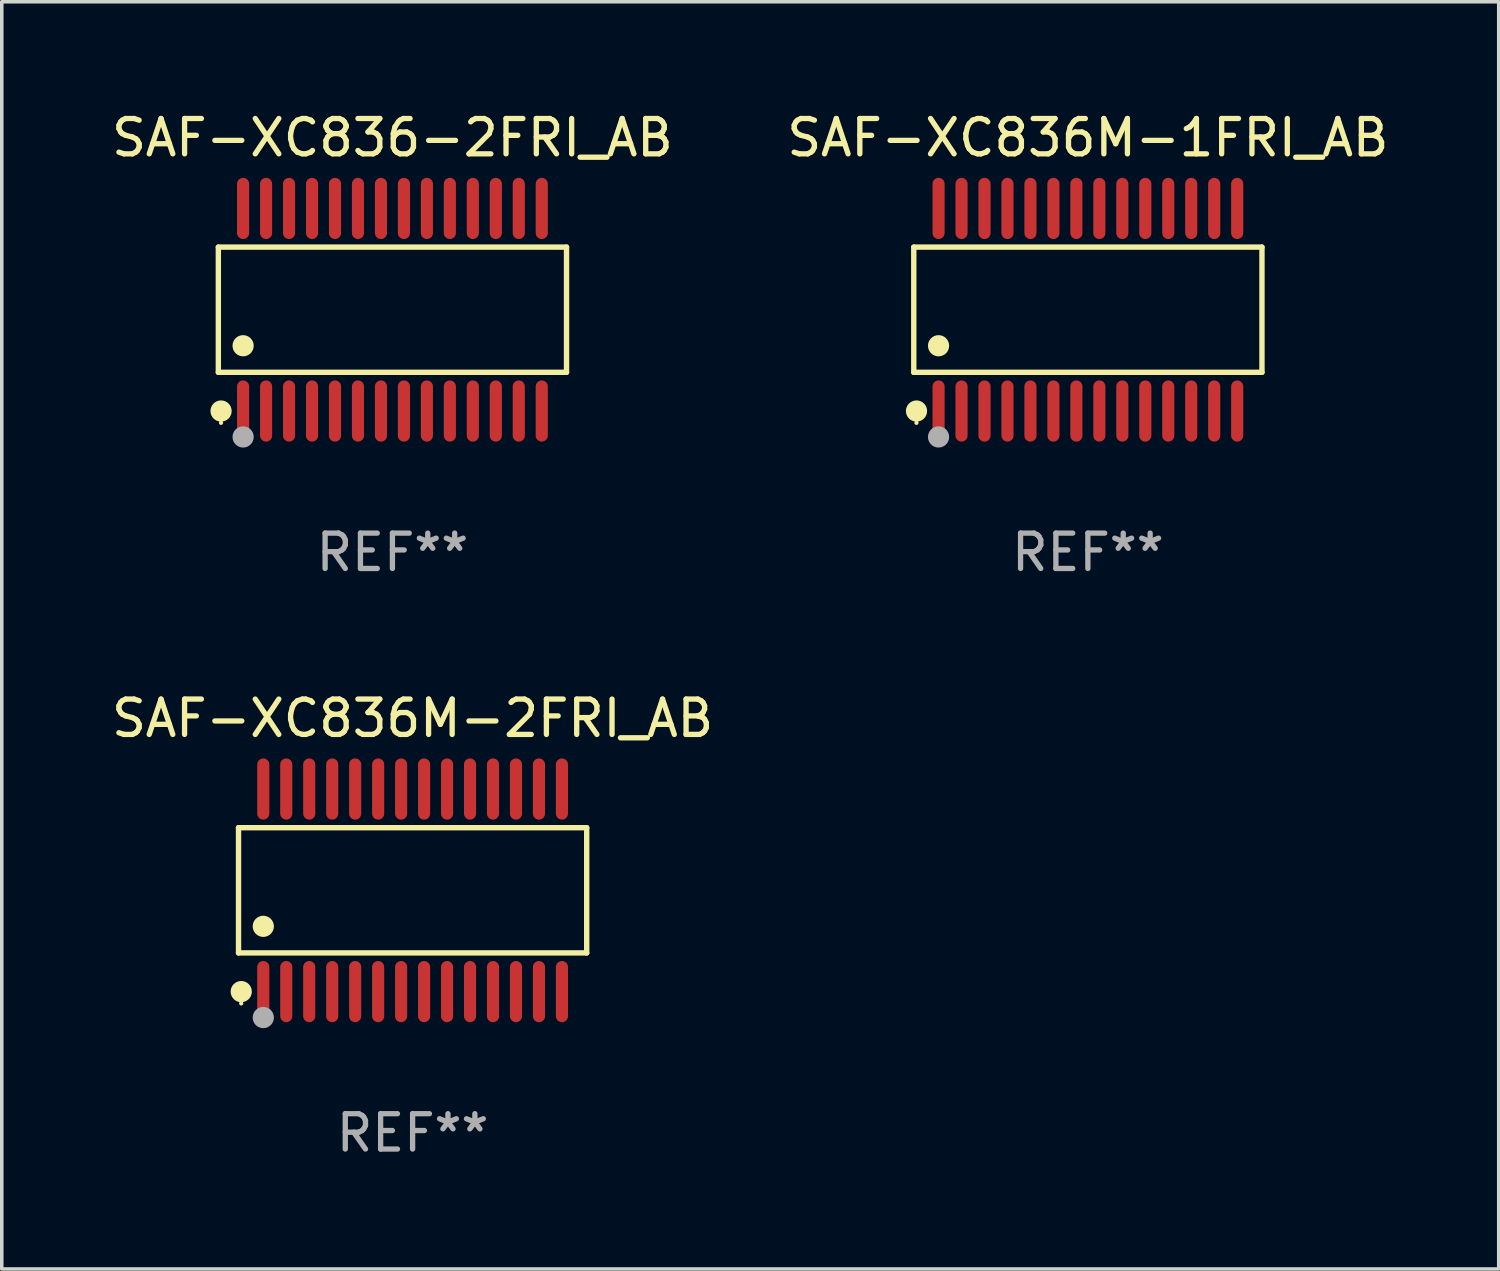
<source format=kicad_pcb>
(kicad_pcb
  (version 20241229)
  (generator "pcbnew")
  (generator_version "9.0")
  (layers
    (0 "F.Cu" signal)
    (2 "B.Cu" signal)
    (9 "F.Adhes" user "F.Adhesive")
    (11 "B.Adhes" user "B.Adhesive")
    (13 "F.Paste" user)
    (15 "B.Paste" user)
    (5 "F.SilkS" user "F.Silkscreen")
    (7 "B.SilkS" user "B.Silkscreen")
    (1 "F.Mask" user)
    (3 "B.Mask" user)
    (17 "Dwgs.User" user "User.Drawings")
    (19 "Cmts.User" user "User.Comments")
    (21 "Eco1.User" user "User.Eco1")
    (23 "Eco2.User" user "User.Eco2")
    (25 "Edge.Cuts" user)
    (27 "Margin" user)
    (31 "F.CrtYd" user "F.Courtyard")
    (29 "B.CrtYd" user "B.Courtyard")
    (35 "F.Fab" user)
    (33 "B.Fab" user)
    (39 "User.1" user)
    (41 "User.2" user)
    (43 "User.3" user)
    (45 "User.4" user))
  (footprint "SAF-XC836M-2FRI_AB"
    (layer "F.Cu")
    (at 8.625 22.142)
    (property "Reference" "SAF-XC836M-2FRI_AB" (at 0 -4.866 0) (layer "F.SilkS") (effects (font (size 1 1) (thickness 0.15))))
    (attr through_hole)
    (fp_line (start -4.926 -1.772) (end 4.926 -1.772) (stroke (width 0.152) (type solid)) (layer "F.SilkS"))
    (fp_line (start -4.926 1.771) (end -4.926 -1.772) (stroke (width 0.152) (type solid)) (layer "F.SilkS"))
    (fp_line (start 4.926 -1.772) (end 4.926 1.771) (stroke (width 0.152) (type solid)) (layer "F.SilkS"))
    (fp_line (start 4.926 1.771) (end -4.926 1.771) (stroke (width 0.152) (type solid)) (layer "F.SilkS"))
    (fp_circle (center -4.85 3.2) (end -4.82 3.2) (stroke (width 0.06) (type solid)) (fill no) (layer "F.SilkS"))
    (fp_circle (center -4.849 2.866) (end -4.699 2.866) (stroke (width 0.3) (type solid)) (fill no) (layer "F.SilkS"))
    (fp_circle (center -4.225 1.019) (end -4.075 1.019) (stroke (width 0.3) (type solid)) (fill no) (layer "F.SilkS"))
    (fp_circle (center -4.225 3.6) (end -4.075 3.6) (stroke (width 0.3) (type solid)) (fill no) (layer "F.Fab"))
    (fp_text user "REF**" (at 0 6.866 0) (layer "F.Fab") (effects (font (size 1 1) (thickness 0.15))))
    (pad "1" smd oval (at -4.225 2.866) (size 0.343 1.731) (layers "F.Cu" "F.Mask" "F.Paste"))
    (pad "2" smd oval (at -3.575 2.866) (size 0.343 1.731) (layers "F.Cu" "F.Mask" "F.Paste"))
    (pad "3" smd oval (at -2.925 2.866) (size 0.343 1.731) (layers "F.Cu" "F.Mask" "F.Paste"))
    (pad "4" smd oval (at -2.275 2.866) (size 0.343 1.731) (layers "F.Cu" "F.Mask" "F.Paste"))
    (pad "5" smd oval (at -1.625 2.866) (size 0.343 1.731) (layers "F.Cu" "F.Mask" "F.Paste"))
    (pad "6" smd oval (at -0.975 2.866) (size 0.343 1.731) (layers "F.Cu" "F.Mask" "F.Paste"))
    (pad "7" smd oval (at -0.325 2.866) (size 0.343 1.731) (layers "F.Cu" "F.Mask" "F.Paste"))
    (pad "8" smd oval (at 0.325 2.866) (size 0.343 1.731) (layers "F.Cu" "F.Mask" "F.Paste"))
    (pad "9" smd oval (at 0.975 2.866) (size 0.343 1.731) (layers "F.Cu" "F.Mask" "F.Paste"))
    (pad "10" smd oval (at 1.625 2.866) (size 0.343 1.731) (layers "F.Cu" "F.Mask" "F.Paste"))
    (pad "11" smd oval (at 2.275 2.866) (size 0.343 1.731) (layers "F.Cu" "F.Mask" "F.Paste"))
    (pad "12" smd oval (at 2.925 2.866) (size 0.343 1.731) (layers "F.Cu" "F.Mask" "F.Paste"))
    (pad "13" smd oval (at 3.575 2.866) (size 0.343 1.731) (layers "F.Cu" "F.Mask" "F.Paste"))
    (pad "14" smd oval (at 4.225 2.866) (size 0.343 1.731) (layers "F.Cu" "F.Mask" "F.Paste"))
    (pad "15" smd oval (at 4.225 -2.866) (size 0.343 1.731) (layers "F.Cu" "F.Mask" "F.Paste"))
    (pad "16" smd oval (at 3.575 -2.866) (size 0.343 1.731) (layers "F.Cu" "F.Mask" "F.Paste"))
    (pad "17" smd oval (at 2.925 -2.866) (size 0.343 1.731) (layers "F.Cu" "F.Mask" "F.Paste"))
    (pad "18" smd oval (at 2.275 -2.866) (size 0.343 1.731) (layers "F.Cu" "F.Mask" "F.Paste"))
    (pad "19" smd oval (at 1.625 -2.866) (size 0.343 1.731) (layers "F.Cu" "F.Mask" "F.Paste"))
    (pad "20" smd oval (at 0.975 -2.866) (size 0.343 1.731) (layers "F.Cu" "F.Mask" "F.Paste"))
    (pad "21" smd oval (at 0.325 -2.866) (size 0.343 1.731) (layers "F.Cu" "F.Mask" "F.Paste"))
    (pad "22" smd oval (at -0.325 -2.866) (size 0.343 1.731) (layers "F.Cu" "F.Mask" "F.Paste"))
    (pad "23" smd oval (at -0.975 -2.866) (size 0.343 1.731) (layers "F.Cu" "F.Mask" "F.Paste"))
    (pad "24" smd oval (at -1.625 -2.866) (size 0.343 1.731) (layers "F.Cu" "F.Mask" "F.Paste"))
    (pad "25" smd oval (at -2.275 -2.866) (size 0.343 1.731) (layers "F.Cu" "F.Mask" "F.Paste"))
    (pad "26" smd oval (at -2.925 -2.866) (size 0.343 1.731) (layers "F.Cu" "F.Mask" "F.Paste"))
    (pad "27" smd oval (at -3.575 -2.866) (size 0.343 1.731) (layers "F.Cu" "F.Mask" "F.Paste"))
    (pad "28" smd oval (at -4.225 -2.866) (size 0.343 1.731) (layers "F.Cu" "F.Mask" "F.Paste")))
  (footprint "SAF-XC836-2FRI_AB"
    (layer "F.Cu")
    (at 8.054 5.714)
    (property "Reference" "SAF-XC836-2FRI_AB" (at 0 -4.866 0) (layer "F.SilkS") (effects (font (size 1 1) (thickness 0.15))))
    (attr through_hole)
    (fp_line (start -4.926 -1.772) (end 4.926 -1.772) (stroke (width 0.152) (type solid)) (layer "F.SilkS"))
    (fp_line (start -4.926 1.771) (end -4.926 -1.772) (stroke (width 0.152) (type solid)) (layer "F.SilkS"))
    (fp_line (start 4.926 -1.772) (end 4.926 1.771) (stroke (width 0.152) (type solid)) (layer "F.SilkS"))
    (fp_line (start 4.926 1.771) (end -4.926 1.771) (stroke (width 0.152) (type solid)) (layer "F.SilkS"))
    (fp_circle (center -4.85 3.2) (end -4.82 3.2) (stroke (width 0.06) (type solid)) (fill no) (layer "F.SilkS"))
    (fp_circle (center -4.849 2.866) (end -4.699 2.866) (stroke (width 0.3) (type solid)) (fill no) (layer "F.SilkS"))
    (fp_circle (center -4.225 1.019) (end -4.075 1.019) (stroke (width 0.3) (type solid)) (fill no) (layer "F.SilkS"))
    (fp_circle (center -4.225 3.6) (end -4.075 3.6) (stroke (width 0.3) (type solid)) (fill no) (layer "F.Fab"))
    (fp_text user "REF**" (at 0 6.866 0) (layer "F.Fab") (effects (font (size 1 1) (thickness 0.15))))
    (pad "1" smd oval (at -4.225 2.866) (size 0.343 1.731) (layers "F.Cu" "F.Mask" "F.Paste"))
    (pad "2" smd oval (at -3.575 2.866) (size 0.343 1.731) (layers "F.Cu" "F.Mask" "F.Paste"))
    (pad "3" smd oval (at -2.925 2.866) (size 0.343 1.731) (layers "F.Cu" "F.Mask" "F.Paste"))
    (pad "4" smd oval (at -2.275 2.866) (size 0.343 1.731) (layers "F.Cu" "F.Mask" "F.Paste"))
    (pad "5" smd oval (at -1.625 2.866) (size 0.343 1.731) (layers "F.Cu" "F.Mask" "F.Paste"))
    (pad "6" smd oval (at -0.975 2.866) (size 0.343 1.731) (layers "F.Cu" "F.Mask" "F.Paste"))
    (pad "7" smd oval (at -0.325 2.866) (size 0.343 1.731) (layers "F.Cu" "F.Mask" "F.Paste"))
    (pad "8" smd oval (at 0.325 2.866) (size 0.343 1.731) (layers "F.Cu" "F.Mask" "F.Paste"))
    (pad "9" smd oval (at 0.975 2.866) (size 0.343 1.731) (layers "F.Cu" "F.Mask" "F.Paste"))
    (pad "10" smd oval (at 1.625 2.866) (size 0.343 1.731) (layers "F.Cu" "F.Mask" "F.Paste"))
    (pad "11" smd oval (at 2.275 2.866) (size 0.343 1.731) (layers "F.Cu" "F.Mask" "F.Paste"))
    (pad "12" smd oval (at 2.925 2.866) (size 0.343 1.731) (layers "F.Cu" "F.Mask" "F.Paste"))
    (pad "13" smd oval (at 3.575 2.866) (size 0.343 1.731) (layers "F.Cu" "F.Mask" "F.Paste"))
    (pad "14" smd oval (at 4.225 2.866) (size 0.343 1.731) (layers "F.Cu" "F.Mask" "F.Paste"))
    (pad "15" smd oval (at 4.225 -2.866) (size 0.343 1.731) (layers "F.Cu" "F.Mask" "F.Paste"))
    (pad "16" smd oval (at 3.575 -2.866) (size 0.343 1.731) (layers "F.Cu" "F.Mask" "F.Paste"))
    (pad "17" smd oval (at 2.925 -2.866) (size 0.343 1.731) (layers "F.Cu" "F.Mask" "F.Paste"))
    (pad "18" smd oval (at 2.275 -2.866) (size 0.343 1.731) (layers "F.Cu" "F.Mask" "F.Paste"))
    (pad "19" smd oval (at 1.625 -2.866) (size 0.343 1.731) (layers "F.Cu" "F.Mask" "F.Paste"))
    (pad "20" smd oval (at 0.975 -2.866) (size 0.343 1.731) (layers "F.Cu" "F.Mask" "F.Paste"))
    (pad "21" smd oval (at 0.325 -2.866) (size 0.343 1.731) (layers "F.Cu" "F.Mask" "F.Paste"))
    (pad "22" smd oval (at -0.325 -2.866) (size 0.343 1.731) (layers "F.Cu" "F.Mask" "F.Paste"))
    (pad "23" smd oval (at -0.975 -2.866) (size 0.343 1.731) (layers "F.Cu" "F.Mask" "F.Paste"))
    (pad "24" smd oval (at -1.625 -2.866) (size 0.343 1.731) (layers "F.Cu" "F.Mask" "F.Paste"))
    (pad "25" smd oval (at -2.275 -2.866) (size 0.343 1.731) (layers "F.Cu" "F.Mask" "F.Paste"))
    (pad "26" smd oval (at -2.925 -2.866) (size 0.343 1.731) (layers "F.Cu" "F.Mask" "F.Paste"))
    (pad "27" smd oval (at -3.575 -2.866) (size 0.343 1.731) (layers "F.Cu" "F.Mask" "F.Paste"))
    (pad "28" smd oval (at -4.225 -2.866) (size 0.343 1.731) (layers "F.Cu" "F.Mask" "F.Paste")))
  (footprint "SAF-XC836M-1FRI_AB"
    (layer "F.Cu")
    (at 27.732 5.714)
    (property "Reference" "SAF-XC836M-1FRI_AB" (at 0 -4.866 0) (layer "F.SilkS") (effects (font (size 1 1) (thickness 0.15))))
    (attr through_hole)
    (fp_line (start -4.926 -1.772) (end 4.926 -1.772) (stroke (width 0.152) (type solid)) (layer "F.SilkS"))
    (fp_line (start -4.926 1.771) (end -4.926 -1.772) (stroke (width 0.152) (type solid)) (layer "F.SilkS"))
    (fp_line (start 4.926 -1.772) (end 4.926 1.771) (stroke (width 0.152) (type solid)) (layer "F.SilkS"))
    (fp_line (start 4.926 1.771) (end -4.926 1.771) (stroke (width 0.152) (type solid)) (layer "F.SilkS"))
    (fp_circle (center -4.85 3.2) (end -4.82 3.2) (stroke (width 0.06) (type solid)) (fill no) (layer "F.SilkS"))
    (fp_circle (center -4.849 2.866) (end -4.699 2.866) (stroke (width 0.3) (type solid)) (fill no) (layer "F.SilkS"))
    (fp_circle (center -4.225 1.019) (end -4.075 1.019) (stroke (width 0.3) (type solid)) (fill no) (layer "F.SilkS"))
    (fp_circle (center -4.225 3.6) (end -4.075 3.6) (stroke (width 0.3) (type solid)) (fill no) (layer "F.Fab"))
    (fp_text user "REF**" (at 0 6.866 0) (layer "F.Fab") (effects (font (size 1 1) (thickness 0.15))))
    (pad "1" smd oval (at -4.225 2.866) (size 0.343 1.731) (layers "F.Cu" "F.Mask" "F.Paste"))
    (pad "2" smd oval (at -3.575 2.866) (size 0.343 1.731) (layers "F.Cu" "F.Mask" "F.Paste"))
    (pad "3" smd oval (at -2.925 2.866) (size 0.343 1.731) (layers "F.Cu" "F.Mask" "F.Paste"))
    (pad "4" smd oval (at -2.275 2.866) (size 0.343 1.731) (layers "F.Cu" "F.Mask" "F.Paste"))
    (pad "5" smd oval (at -1.625 2.866) (size 0.343 1.731) (layers "F.Cu" "F.Mask" "F.Paste"))
    (pad "6" smd oval (at -0.975 2.866) (size 0.343 1.731) (layers "F.Cu" "F.Mask" "F.Paste"))
    (pad "7" smd oval (at -0.325 2.866) (size 0.343 1.731) (layers "F.Cu" "F.Mask" "F.Paste"))
    (pad "8" smd oval (at 0.325 2.866) (size 0.343 1.731) (layers "F.Cu" "F.Mask" "F.Paste"))
    (pad "9" smd oval (at 0.975 2.866) (size 0.343 1.731) (layers "F.Cu" "F.Mask" "F.Paste"))
    (pad "10" smd oval (at 1.625 2.866) (size 0.343 1.731) (layers "F.Cu" "F.Mask" "F.Paste"))
    (pad "11" smd oval (at 2.275 2.866) (size 0.343 1.731) (layers "F.Cu" "F.Mask" "F.Paste"))
    (pad "12" smd oval (at 2.925 2.866) (size 0.343 1.731) (layers "F.Cu" "F.Mask" "F.Paste"))
    (pad "13" smd oval (at 3.575 2.866) (size 0.343 1.731) (layers "F.Cu" "F.Mask" "F.Paste"))
    (pad "14" smd oval (at 4.225 2.866) (size 0.343 1.731) (layers "F.Cu" "F.Mask" "F.Paste"))
    (pad "15" smd oval (at 4.225 -2.866) (size 0.343 1.731) (layers "F.Cu" "F.Mask" "F.Paste"))
    (pad "16" smd oval (at 3.575 -2.866) (size 0.343 1.731) (layers "F.Cu" "F.Mask" "F.Paste"))
    (pad "17" smd oval (at 2.925 -2.866) (size 0.343 1.731) (layers "F.Cu" "F.Mask" "F.Paste"))
    (pad "18" smd oval (at 2.275 -2.866) (size 0.343 1.731) (layers "F.Cu" "F.Mask" "F.Paste"))
    (pad "19" smd oval (at 1.625 -2.866) (size 0.343 1.731) (layers "F.Cu" "F.Mask" "F.Paste"))
    (pad "20" smd oval (at 0.975 -2.866) (size 0.343 1.731) (layers "F.Cu" "F.Mask" "F.Paste"))
    (pad "21" smd oval (at 0.325 -2.866) (size 0.343 1.731) (layers "F.Cu" "F.Mask" "F.Paste"))
    (pad "22" smd oval (at -0.325 -2.866) (size 0.343 1.731) (layers "F.Cu" "F.Mask" "F.Paste"))
    (pad "23" smd oval (at -0.975 -2.866) (size 0.343 1.731) (layers "F.Cu" "F.Mask" "F.Paste"))
    (pad "24" smd oval (at -1.625 -2.866) (size 0.343 1.731) (layers "F.Cu" "F.Mask" "F.Paste"))
    (pad "25" smd oval (at -2.275 -2.866) (size 0.343 1.731) (layers "F.Cu" "F.Mask" "F.Paste"))
    (pad "26" smd oval (at -2.925 -2.866) (size 0.343 1.731) (layers "F.Cu" "F.Mask" "F.Paste"))
    (pad "27" smd oval (at -3.575 -2.866) (size 0.343 1.731) (layers "F.Cu" "F.Mask" "F.Paste"))
    (pad "28" smd oval (at -4.225 -2.866) (size 0.343 1.731) (layers "F.Cu" "F.Mask" "F.Paste")))
  (gr_rect
    (start -3 -3)
    (end 39.357 32.856)
    (stroke (width 0.1) (type default))
    (fill no)
    (layer "Edge.Cuts")))
</source>
